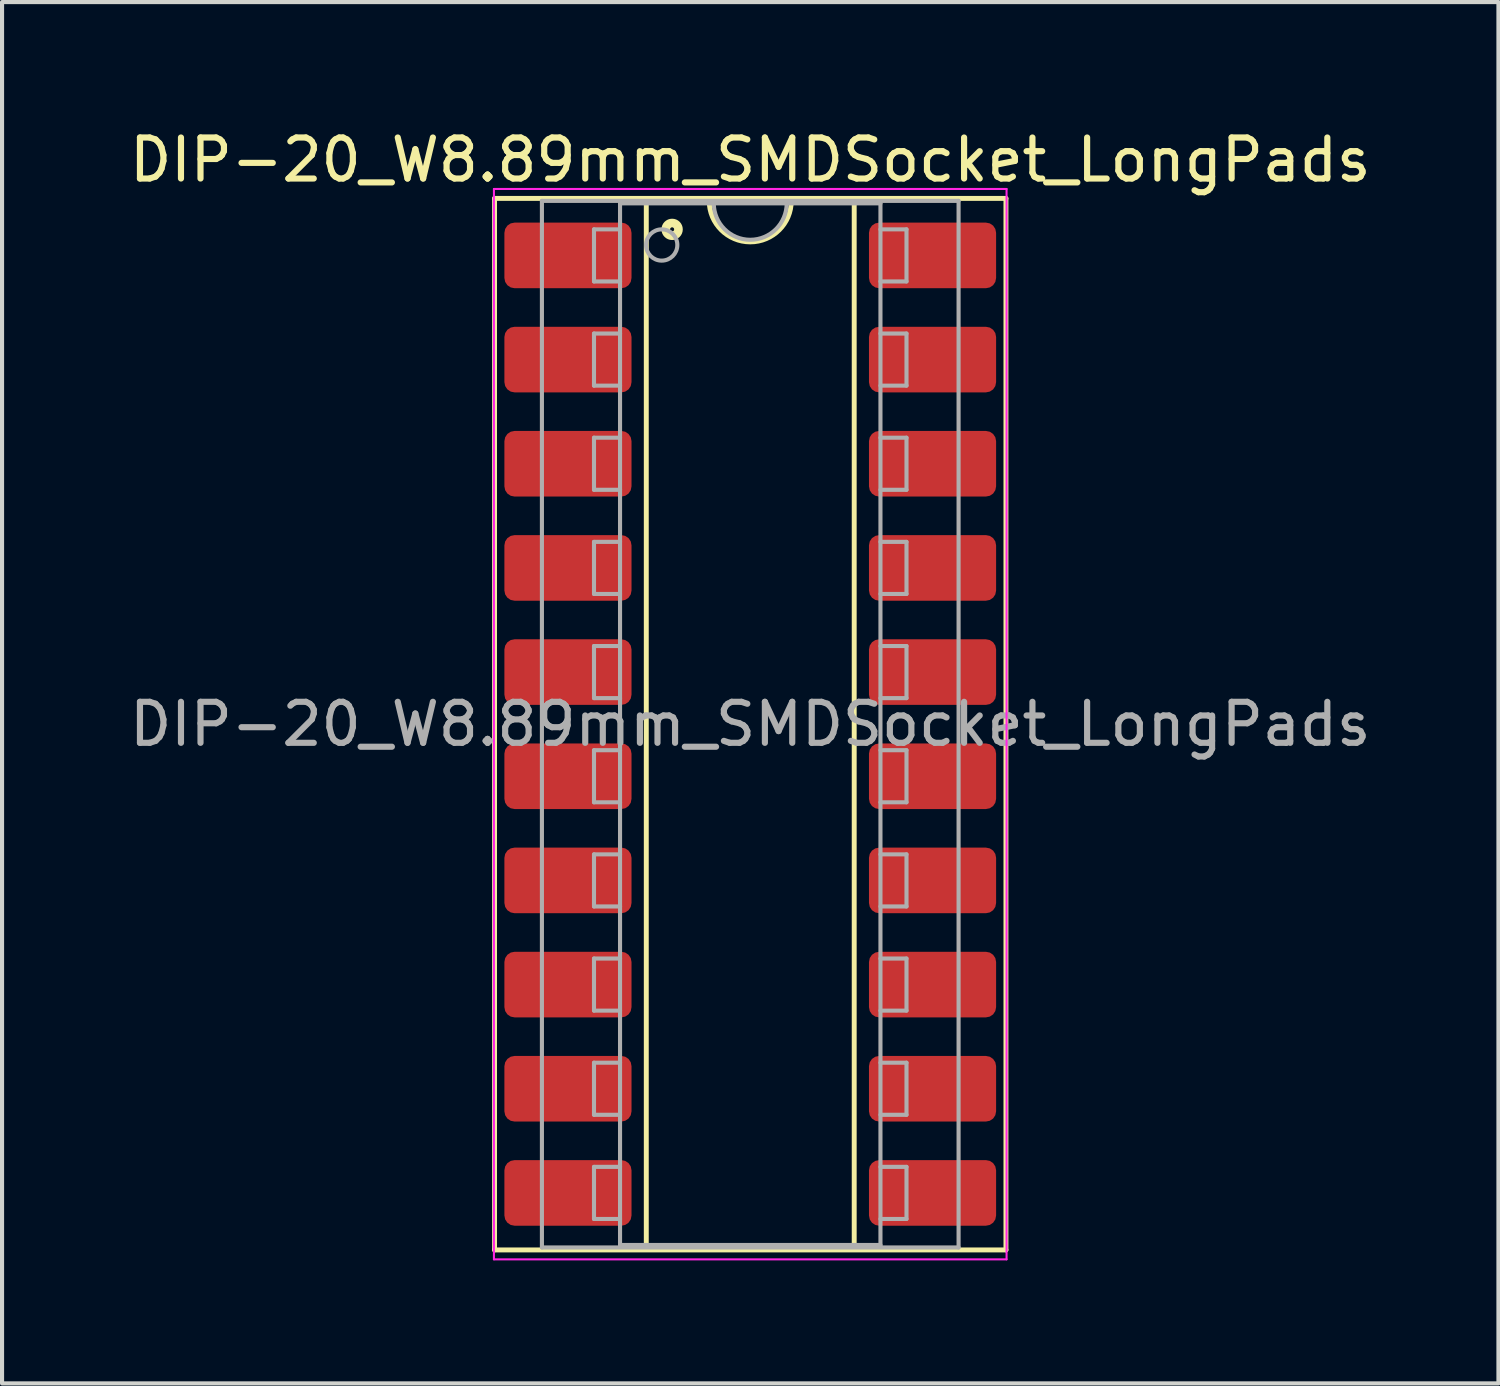
<source format=kicad_pcb>
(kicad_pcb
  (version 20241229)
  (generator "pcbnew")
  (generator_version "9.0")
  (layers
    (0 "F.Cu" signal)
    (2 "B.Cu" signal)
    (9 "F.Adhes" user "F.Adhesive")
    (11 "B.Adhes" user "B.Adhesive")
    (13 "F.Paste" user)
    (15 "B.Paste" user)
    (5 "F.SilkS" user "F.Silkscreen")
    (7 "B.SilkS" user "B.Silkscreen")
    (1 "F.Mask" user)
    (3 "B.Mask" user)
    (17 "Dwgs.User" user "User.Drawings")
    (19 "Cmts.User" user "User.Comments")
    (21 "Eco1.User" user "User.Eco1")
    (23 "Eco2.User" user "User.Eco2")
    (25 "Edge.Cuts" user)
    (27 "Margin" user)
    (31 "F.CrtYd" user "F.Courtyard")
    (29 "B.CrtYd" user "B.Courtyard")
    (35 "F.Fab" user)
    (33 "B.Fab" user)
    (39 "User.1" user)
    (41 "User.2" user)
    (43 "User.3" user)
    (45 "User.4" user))
  (footprint "DIP-20_W8.89mm_SMDSocket_LongPads"
    (layer "F.Cu")
    (at 15.244 14.608)
    (property "Reference" "DIP-20_W8.89mm_SMDSocket_LongPads" (at 0 -13.76 0) (layer "F.SilkS") (effects (font (size 1 1) (thickness 0.15))))
    (attr smd)
    (fp_line (start -6.235 -12.82) (end -6.235 12.82) (stroke (width 0.12) (type solid)) (layer "F.SilkS"))
    (fp_line (start -6.235 12.82) (end 6.235 12.82) (stroke (width 0.12) (type solid)) (layer "F.SilkS"))
    (fp_line (start -2.535 -12.76) (end -2.535 12.76) (stroke (width 0.12) (type solid)) (layer "F.SilkS"))
    (fp_line (start -2.535 12.76) (end 2.535 12.76) (stroke (width 0.12) (type solid)) (layer "F.SilkS"))
    (fp_line (start -1 -12.76) (end -2.535 -12.76) (stroke (width 0.12) (type solid)) (layer "F.SilkS"))
    (fp_line (start 2.535 -12.76) (end 1 -12.76) (stroke (width 0.12) (type solid)) (layer "F.SilkS"))
    (fp_line (start 2.535 12.76) (end 2.535 -12.76) (stroke (width 0.12) (type solid)) (layer "F.SilkS"))
    (fp_line (start 6.235 -12.82) (end -6.235 -12.82) (stroke (width 0.12) (type solid)) (layer "F.SilkS"))
    (fp_line (start 6.235 12.82) (end 6.235 -12.82) (stroke (width 0.12) (type solid)) (layer "F.SilkS"))
    (fp_arc (start 1 -12.76) (mid 0 -11.76) (end -1 -12.76) (stroke (width 0.12) (type solid)) (layer "F.SilkS"))
    (fp_circle (center -1.905 -12.065) (end -1.855 -12.065) (stroke (width 0.12) (type solid)) (fill no) (layer "F.SilkS"))
    (fp_circle (center -1.905 -12.065) (end -1.78 -12.065) (stroke (width 0.12) (type solid)) (fill no) (layer "F.SilkS"))
    (fp_circle (center -1.905 -12.065) (end -1.705 -12.065) (stroke (width 0.12) (type solid)) (fill no) (layer "F.SilkS"))
    (fp_line (start -6.25 -13.05) (end -6.25 13.05) (stroke (width 0.05) (type solid)) (layer "F.CrtYd"))
    (fp_line (start -6.25 13.05) (end 6.25 13.05) (stroke (width 0.05) (type solid)) (layer "F.CrtYd"))
    (fp_line (start 6.25 -13.05) (end -6.25 -13.05) (stroke (width 0.05) (type solid)) (layer "F.CrtYd"))
    (fp_line (start 6.25 13.05) (end 6.25 -13.05) (stroke (width 0.05) (type solid)) (layer "F.CrtYd"))
    (fp_line (start -5.08 -12.76) (end -5.08 12.76) (stroke (width 0.1) (type solid)) (layer "F.Fab"))
    (fp_line (start -5.08 12.76) (end 5.08 12.76) (stroke (width 0.1) (type solid)) (layer "F.Fab"))
    (fp_line (start -3.81 -12.065) (end -3.81 -10.795) (stroke (width 0.1) (type solid)) (layer "F.Fab"))
    (fp_line (start -3.81 -12.065) (end -3.175 -12.065) (stroke (width 0.1) (type solid)) (layer "F.Fab"))
    (fp_line (start -3.81 -10.795) (end -3.175 -10.795) (stroke (width 0.1) (type solid)) (layer "F.Fab"))
    (fp_line (start -3.81 -9.525) (end -3.81 -8.255) (stroke (width 0.1) (type solid)) (layer "F.Fab"))
    (fp_line (start -3.81 -9.525) (end -3.175 -9.525) (stroke (width 0.1) (type solid)) (layer "F.Fab"))
    (fp_line (start -3.81 -8.255) (end -3.175 -8.255) (stroke (width 0.1) (type solid)) (layer "F.Fab"))
    (fp_line (start -3.81 -6.985) (end -3.81 -5.715) (stroke (width 0.1) (type solid)) (layer "F.Fab"))
    (fp_line (start -3.81 -6.985) (end -3.175 -6.985) (stroke (width 0.1) (type solid)) (layer "F.Fab"))
    (fp_line (start -3.81 -5.715) (end -3.175 -5.715) (stroke (width 0.1) (type solid)) (layer "F.Fab"))
    (fp_line (start -3.81 -4.445) (end -3.81 -3.175) (stroke (width 0.1) (type solid)) (layer "F.Fab"))
    (fp_line (start -3.81 -4.445) (end -3.175 -4.445) (stroke (width 0.1) (type solid)) (layer "F.Fab"))
    (fp_line (start -3.81 -3.175) (end -3.175 -3.175) (stroke (width 0.1) (type solid)) (layer "F.Fab"))
    (fp_line (start -3.81 -1.905) (end -3.81 -0.635) (stroke (width 0.1) (type solid)) (layer "F.Fab"))
    (fp_line (start -3.81 -1.905) (end -3.175 -1.905) (stroke (width 0.1) (type solid)) (layer "F.Fab"))
    (fp_line (start -3.81 -0.635) (end -3.175 -0.635) (stroke (width 0.1) (type solid)) (layer "F.Fab"))
    (fp_line (start -3.81 0.635) (end -3.81 1.905) (stroke (width 0.1) (type solid)) (layer "F.Fab"))
    (fp_line (start -3.81 0.635) (end -3.175 0.635) (stroke (width 0.1) (type solid)) (layer "F.Fab"))
    (fp_line (start -3.81 1.905) (end -3.175 1.905) (stroke (width 0.1) (type solid)) (layer "F.Fab"))
    (fp_line (start -3.81 3.175) (end -3.81 4.445) (stroke (width 0.1) (type solid)) (layer "F.Fab"))
    (fp_line (start -3.81 3.175) (end -3.175 3.175) (stroke (width 0.1) (type solid)) (layer "F.Fab"))
    (fp_line (start -3.81 4.445) (end -3.175 4.445) (stroke (width 0.1) (type solid)) (layer "F.Fab"))
    (fp_line (start -3.81 5.715) (end -3.81 6.985) (stroke (width 0.1) (type solid)) (layer "F.Fab"))
    (fp_line (start -3.81 5.715) (end -3.175 5.715) (stroke (width 0.1) (type solid)) (layer "F.Fab"))
    (fp_line (start -3.81 6.985) (end -3.175 6.985) (stroke (width 0.1) (type solid)) (layer "F.Fab"))
    (fp_line (start -3.81 8.255) (end -3.81 9.525) (stroke (width 0.1) (type solid)) (layer "F.Fab"))
    (fp_line (start -3.81 8.255) (end -3.175 8.255) (stroke (width 0.1) (type solid)) (layer "F.Fab"))
    (fp_line (start -3.81 9.525) (end -3.175 9.525) (stroke (width 0.1) (type solid)) (layer "F.Fab"))
    (fp_line (start -3.81 10.795) (end -3.81 12.065) (stroke (width 0.1) (type solid)) (layer "F.Fab"))
    (fp_line (start -3.81 10.795) (end -3.175 10.795) (stroke (width 0.1) (type solid)) (layer "F.Fab"))
    (fp_line (start -3.81 12.065) (end -3.175 12.065) (stroke (width 0.1) (type solid)) (layer "F.Fab"))
    (fp_line (start -3.175 -12.7) (end 3.175 -12.7) (stroke (width 0.1) (type solid)) (layer "F.Fab"))
    (fp_line (start -3.175 12.7) (end -3.175 -12.7) (stroke (width 0.1) (type solid)) (layer "F.Fab"))
    (fp_line (start 3.175 -12.7) (end 3.175 12.7) (stroke (width 0.1) (type solid)) (layer "F.Fab"))
    (fp_line (start 3.175 12.7) (end -3.175 12.7) (stroke (width 0.1) (type solid)) (layer "F.Fab"))
    (fp_line (start 3.81 -12.065) (end 3.175 -12.065) (stroke (width 0.1) (type solid)) (layer "F.Fab"))
    (fp_line (start 3.81 -10.795) (end 3.175 -10.795) (stroke (width 0.1) (type solid)) (layer "F.Fab"))
    (fp_line (start 3.81 -10.795) (end 3.81 -12.065) (stroke (width 0.1) (type solid)) (layer "F.Fab"))
    (fp_line (start 3.81 -9.525) (end 3.175 -9.525) (stroke (width 0.1) (type solid)) (layer "F.Fab"))
    (fp_line (start 3.81 -8.255) (end 3.175 -8.255) (stroke (width 0.1) (type solid)) (layer "F.Fab"))
    (fp_line (start 3.81 -8.255) (end 3.81 -9.525) (stroke (width 0.1) (type solid)) (layer "F.Fab"))
    (fp_line (start 3.81 -6.985) (end 3.175 -6.985) (stroke (width 0.1) (type solid)) (layer "F.Fab"))
    (fp_line (start 3.81 -5.715) (end 3.175 -5.715) (stroke (width 0.1) (type solid)) (layer "F.Fab"))
    (fp_line (start 3.81 -5.715) (end 3.81 -6.985) (stroke (width 0.1) (type solid)) (layer "F.Fab"))
    (fp_line (start 3.81 -4.445) (end 3.175 -4.445) (stroke (width 0.1) (type solid)) (layer "F.Fab"))
    (fp_line (start 3.81 -3.175) (end 3.175 -3.175) (stroke (width 0.1) (type solid)) (layer "F.Fab"))
    (fp_line (start 3.81 -3.175) (end 3.81 -4.445) (stroke (width 0.1) (type solid)) (layer "F.Fab"))
    (fp_line (start 3.81 -1.905) (end 3.175 -1.905) (stroke (width 0.1) (type solid)) (layer "F.Fab"))
    (fp_line (start 3.81 -0.635) (end 3.175 -0.635) (stroke (width 0.1) (type solid)) (layer "F.Fab"))
    (fp_line (start 3.81 -0.635) (end 3.81 -1.905) (stroke (width 0.1) (type solid)) (layer "F.Fab"))
    (fp_line (start 3.81 0.635) (end 3.175 0.635) (stroke (width 0.1) (type solid)) (layer "F.Fab"))
    (fp_line (start 3.81 1.905) (end 3.175 1.905) (stroke (width 0.1) (type solid)) (layer "F.Fab"))
    (fp_line (start 3.81 1.905) (end 3.81 0.635) (stroke (width 0.1) (type solid)) (layer "F.Fab"))
    (fp_line (start 3.81 3.175) (end 3.175 3.175) (stroke (width 0.1) (type solid)) (layer "F.Fab"))
    (fp_line (start 3.81 4.445) (end 3.175 4.445) (stroke (width 0.1) (type solid)) (layer "F.Fab"))
    (fp_line (start 3.81 4.445) (end 3.81 3.175) (stroke (width 0.1) (type solid)) (layer "F.Fab"))
    (fp_line (start 3.81 5.715) (end 3.175 5.715) (stroke (width 0.1) (type solid)) (layer "F.Fab"))
    (fp_line (start 3.81 6.985) (end 3.175 6.985) (stroke (width 0.1) (type solid)) (layer "F.Fab"))
    (fp_line (start 3.81 6.985) (end 3.81 5.715) (stroke (width 0.1) (type solid)) (layer "F.Fab"))
    (fp_line (start 3.81 8.255) (end 3.175 8.255) (stroke (width 0.1) (type solid)) (layer "F.Fab"))
    (fp_line (start 3.81 9.525) (end 3.175 9.525) (stroke (width 0.1) (type solid)) (layer "F.Fab"))
    (fp_line (start 3.81 9.525) (end 3.81 8.255) (stroke (width 0.1) (type solid)) (layer "F.Fab"))
    (fp_line (start 3.81 10.795) (end 3.175 10.795) (stroke (width 0.1) (type solid)) (layer "F.Fab"))
    (fp_line (start 3.81 12.065) (end 3.175 12.065) (stroke (width 0.1) (type solid)) (layer "F.Fab"))
    (fp_line (start 3.81 12.065) (end 3.81 10.795) (stroke (width 0.1) (type solid)) (layer "F.Fab"))
    (fp_line (start 5.08 -12.76) (end -5.08 -12.76) (stroke (width 0.1) (type solid)) (layer "F.Fab"))
    (fp_line (start 5.08 12.76) (end 5.08 -12.76) (stroke (width 0.1) (type solid)) (layer "F.Fab"))
    (fp_arc (start 0.889 -12.7) (mid 0 -11.811) (end -0.889 -12.7) (stroke (width 0.1) (type solid)) (layer "F.Fab"))
    (fp_circle (center -2.159 -11.684) (end -1.778 -11.684) (stroke (width 0.1) (type solid)) (fill no) (layer "F.Fab"))
    (fp_text user "${REFERENCE}" (at 0 0 0) (layer "F.Fab") (effects (font (size 1 1) (thickness 0.15))))
    (pad "1" smd roundrect (at -4.445 -11.43) (size 3.1 1.6) (layers "F.Cu" "F.Mask" "F.Paste") (roundrect_rratio 0.156))
    (pad "2" smd roundrect (at -4.445 -8.89) (size 3.1 1.6) (layers "F.Cu" "F.Mask" "F.Paste") (roundrect_rratio 0.156))
    (pad "3" smd roundrect (at -4.445 -6.35) (size 3.1 1.6) (layers "F.Cu" "F.Mask" "F.Paste") (roundrect_rratio 0.156))
    (pad "4" smd roundrect (at -4.445 -3.81) (size 3.1 1.6) (layers "F.Cu" "F.Mask" "F.Paste") (roundrect_rratio 0.156))
    (pad "5" smd roundrect (at -4.445 -1.27) (size 3.1 1.6) (layers "F.Cu" "F.Mask" "F.Paste") (roundrect_rratio 0.156))
    (pad "6" smd roundrect (at -4.445 1.27) (size 3.1 1.6) (layers "F.Cu" "F.Mask" "F.Paste") (roundrect_rratio 0.156))
    (pad "7" smd roundrect (at -4.445 3.81) (size 3.1 1.6) (layers "F.Cu" "F.Mask" "F.Paste") (roundrect_rratio 0.156))
    (pad "8" smd roundrect (at -4.445 6.35) (size 3.1 1.6) (layers "F.Cu" "F.Mask" "F.Paste") (roundrect_rratio 0.156))
    (pad "9" smd roundrect (at -4.445 8.89) (size 3.1 1.6) (layers "F.Cu" "F.Mask" "F.Paste") (roundrect_rratio 0.156))
    (pad "10" smd roundrect (at -4.445 11.43) (size 3.1 1.6) (layers "F.Cu" "F.Mask" "F.Paste") (roundrect_rratio 0.156))
    (pad "11" smd roundrect (at 4.445 11.43) (size 3.1 1.6) (layers "F.Cu" "F.Mask" "F.Paste") (roundrect_rratio 0.156))
    (pad "12" smd roundrect (at 4.445 8.89) (size 3.1 1.6) (layers "F.Cu" "F.Mask" "F.Paste") (roundrect_rratio 0.156))
    (pad "13" smd roundrect (at 4.445 6.35) (size 3.1 1.6) (layers "F.Cu" "F.Mask" "F.Paste") (roundrect_rratio 0.156))
    (pad "14" smd roundrect (at 4.445 3.81) (size 3.1 1.6) (layers "F.Cu" "F.Mask" "F.Paste") (roundrect_rratio 0.156))
    (pad "15" smd roundrect (at 4.445 1.27) (size 3.1 1.6) (layers "F.Cu" "F.Mask" "F.Paste") (roundrect_rratio 0.156))
    (pad "16" smd roundrect (at 4.445 -1.27) (size 3.1 1.6) (layers "F.Cu" "F.Mask" "F.Paste") (roundrect_rratio 0.156))
    (pad "17" smd roundrect (at 4.445 -3.81) (size 3.1 1.6) (layers "F.Cu" "F.Mask" "F.Paste") (roundrect_rratio 0.156))
    (pad "18" smd roundrect (at 4.445 -6.35) (size 3.1 1.6) (layers "F.Cu" "F.Mask" "F.Paste") (roundrect_rratio 0.156))
    (pad "19" smd roundrect (at 4.445 -8.89) (size 3.1 1.6) (layers "F.Cu" "F.Mask" "F.Paste") (roundrect_rratio 0.156))
    (pad "20" smd roundrect (at 4.445 -11.43) (size 3.1 1.6) (layers "F.Cu" "F.Mask" "F.Paste") (roundrect_rratio 0.156)))
  (gr_rect
    (start -3 -3)
    (end 33.488 30.683)
    (stroke (width 0.1) (type default))
    (fill no)
    (layer "Edge.Cuts")))
</source>
